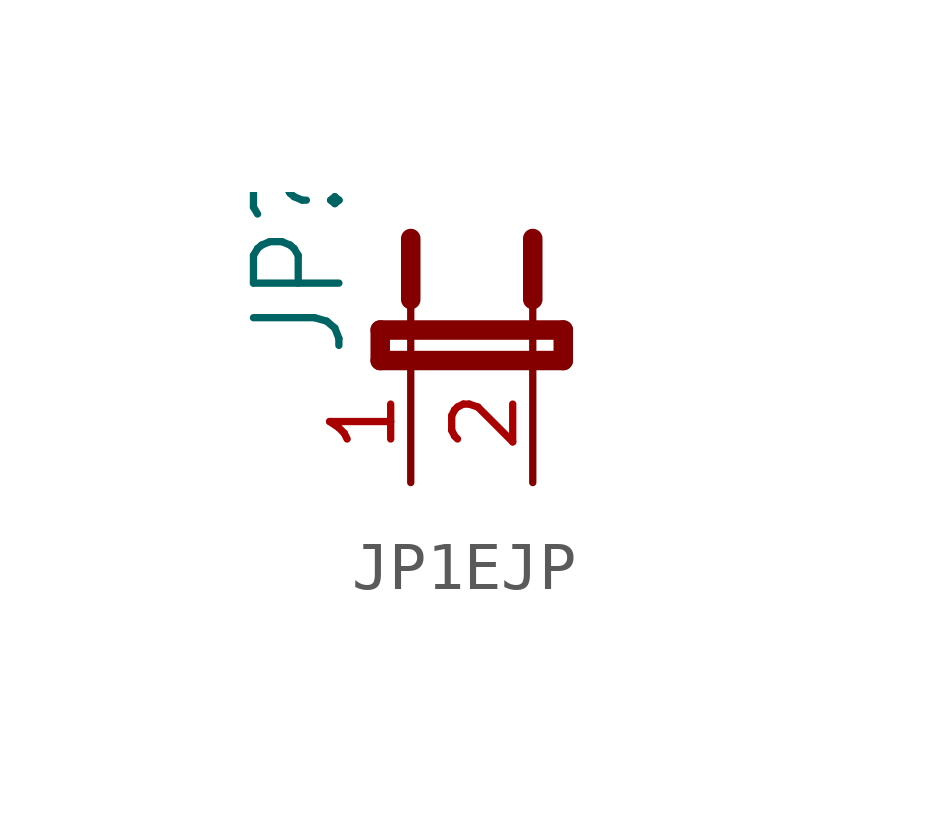
<source format=kicad_sym>
(kicad_symbol_lib
  (version 20220914)
  (generator kicad_symbol_editor)
  (symbol "JP1EJP"
    (property "Reference" "JP"
      (at -1.27 0 90)
      (effects (font (size 1.778 1.511)) (justify left bottom)))
    (property "Value" ""
      (at 5.715 0 90)
      (effects (font (size 1.778 1.511)) (justify left bottom)))
    (property "ki_locked" ""
      (at 0 0 0)
      (effects (font (size 1.27 1.27))))
    (symbol "JP1EJP_1_0"
      (polyline (pts (xy -0.635 0) (xy 3.175 0)) (stroke (width 0.406) (type solid)) (fill (type none)))
      (polyline (pts (xy -0.635 0.635) (xy -0.635 0)) (stroke (width 0.406) (type solid)) (fill (type none)))
      (polyline (pts (xy 0 0) (xy 0 1.27)) (stroke (width 0.152) (type solid)) (fill (type none)))
      (polyline (pts (xy 0 2.54) (xy 0 1.27)) (stroke (width 0.406) (type solid)) (fill (type none)))
      (polyline (pts (xy 2.54 0) (xy 2.54 1.27)) (stroke (width 0.152) (type solid)) (fill (type none)))
      (polyline (pts (xy 2.54 2.54) (xy 2.54 1.27)) (stroke (width 0.406) (type solid)) (fill (type none)))
      (polyline (pts (xy 3.175 0) (xy 3.175 0.635)) (stroke (width 0.406) (type solid)) (fill (type none)))
      (polyline (pts (xy 3.175 0.635) (xy -0.635 0.635)) (stroke (width 0.406) (type solid)) (fill (type none)))
      (pin passive line (at 0 -2.54 90) (length 2.54) (name "1" (effects (font (size 0 0)))) (number "1" (effects (font (size 1.27 1.27)))))
      (pin passive line (at 2.54 -2.54 90) (length 2.54) (name "2" (effects (font (size 0 0)))) (number "2" (effects (font (size 1.27 1.27))))))))
</source>
